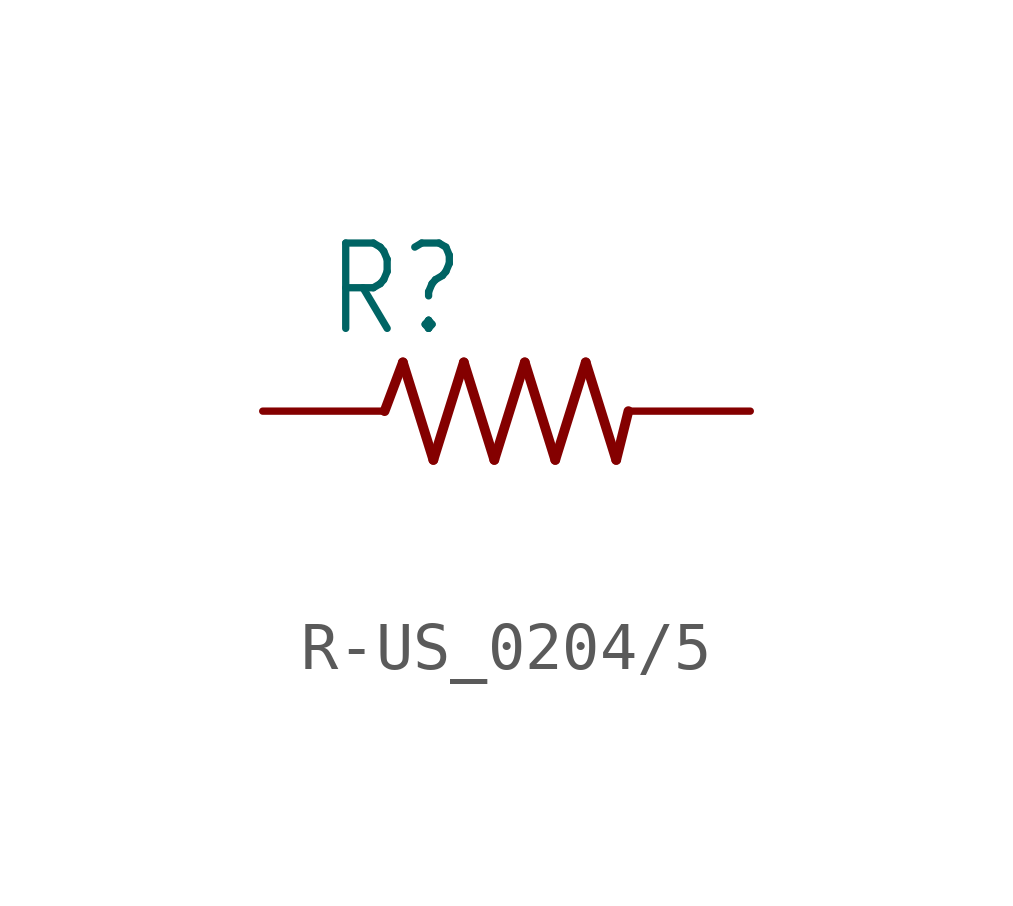
<source format=kicad_sym>
(kicad_symbol_lib
  (version 20220914)
  (generator kicad_symbol_editor)
  (symbol "R-US_0204/5"
    (property "Reference" "R"
      (at -3.81 1.499 0)
      (effects (font (size 1.778 1.511)) (justify left bottom)))
    (property "Value" ""
      (at -3.81 -3.302 0)
      (effects (font (size 1.778 1.511)) (justify left bottom)))
    (property "ki_locked" ""
      (at 0 0 0)
      (effects (font (size 1.27 1.27))))
    (symbol "R-US_0204/5_1_0"
      (polyline (pts (xy -2.54 0) (xy -2.159 1.016)) (stroke (width 0.203) (type solid)) (fill (type none)))
      (polyline (pts (xy -2.159 1.016) (xy -1.524 -1.016)) (stroke (width 0.203) (type solid)) (fill (type none)))
      (polyline (pts (xy -1.524 -1.016) (xy -0.889 1.016)) (stroke (width 0.203) (type solid)) (fill (type none)))
      (polyline (pts (xy -0.889 1.016) (xy -0.254 -1.016)) (stroke (width 0.203) (type solid)) (fill (type none)))
      (polyline (pts (xy -0.254 -1.016) (xy 0.381 1.016)) (stroke (width 0.203) (type solid)) (fill (type none)))
      (polyline (pts (xy 0.381 1.016) (xy 1.016 -1.016)) (stroke (width 0.203) (type solid)) (fill (type none)))
      (polyline (pts (xy 1.016 -1.016) (xy 1.651 1.016)) (stroke (width 0.203) (type solid)) (fill (type none)))
      (polyline (pts (xy 1.651 1.016) (xy 2.286 -1.016)) (stroke (width 0.203) (type solid)) (fill (type none)))
      (polyline (pts (xy 2.286 -1.016) (xy 2.54 0)) (stroke (width 0.203) (type solid)) (fill (type none)))
      (pin passive line (at -5.08 0 0) (length 2.54) (name "1" (effects (font (size 0 0)))) (number "1" (effects (font (size 0 0)))))
      (pin passive line (at 5.08 0 180) (length 2.54) (name "2" (effects (font (size 0 0)))) (number "2" (effects (font (size 0 0))))))))
</source>
